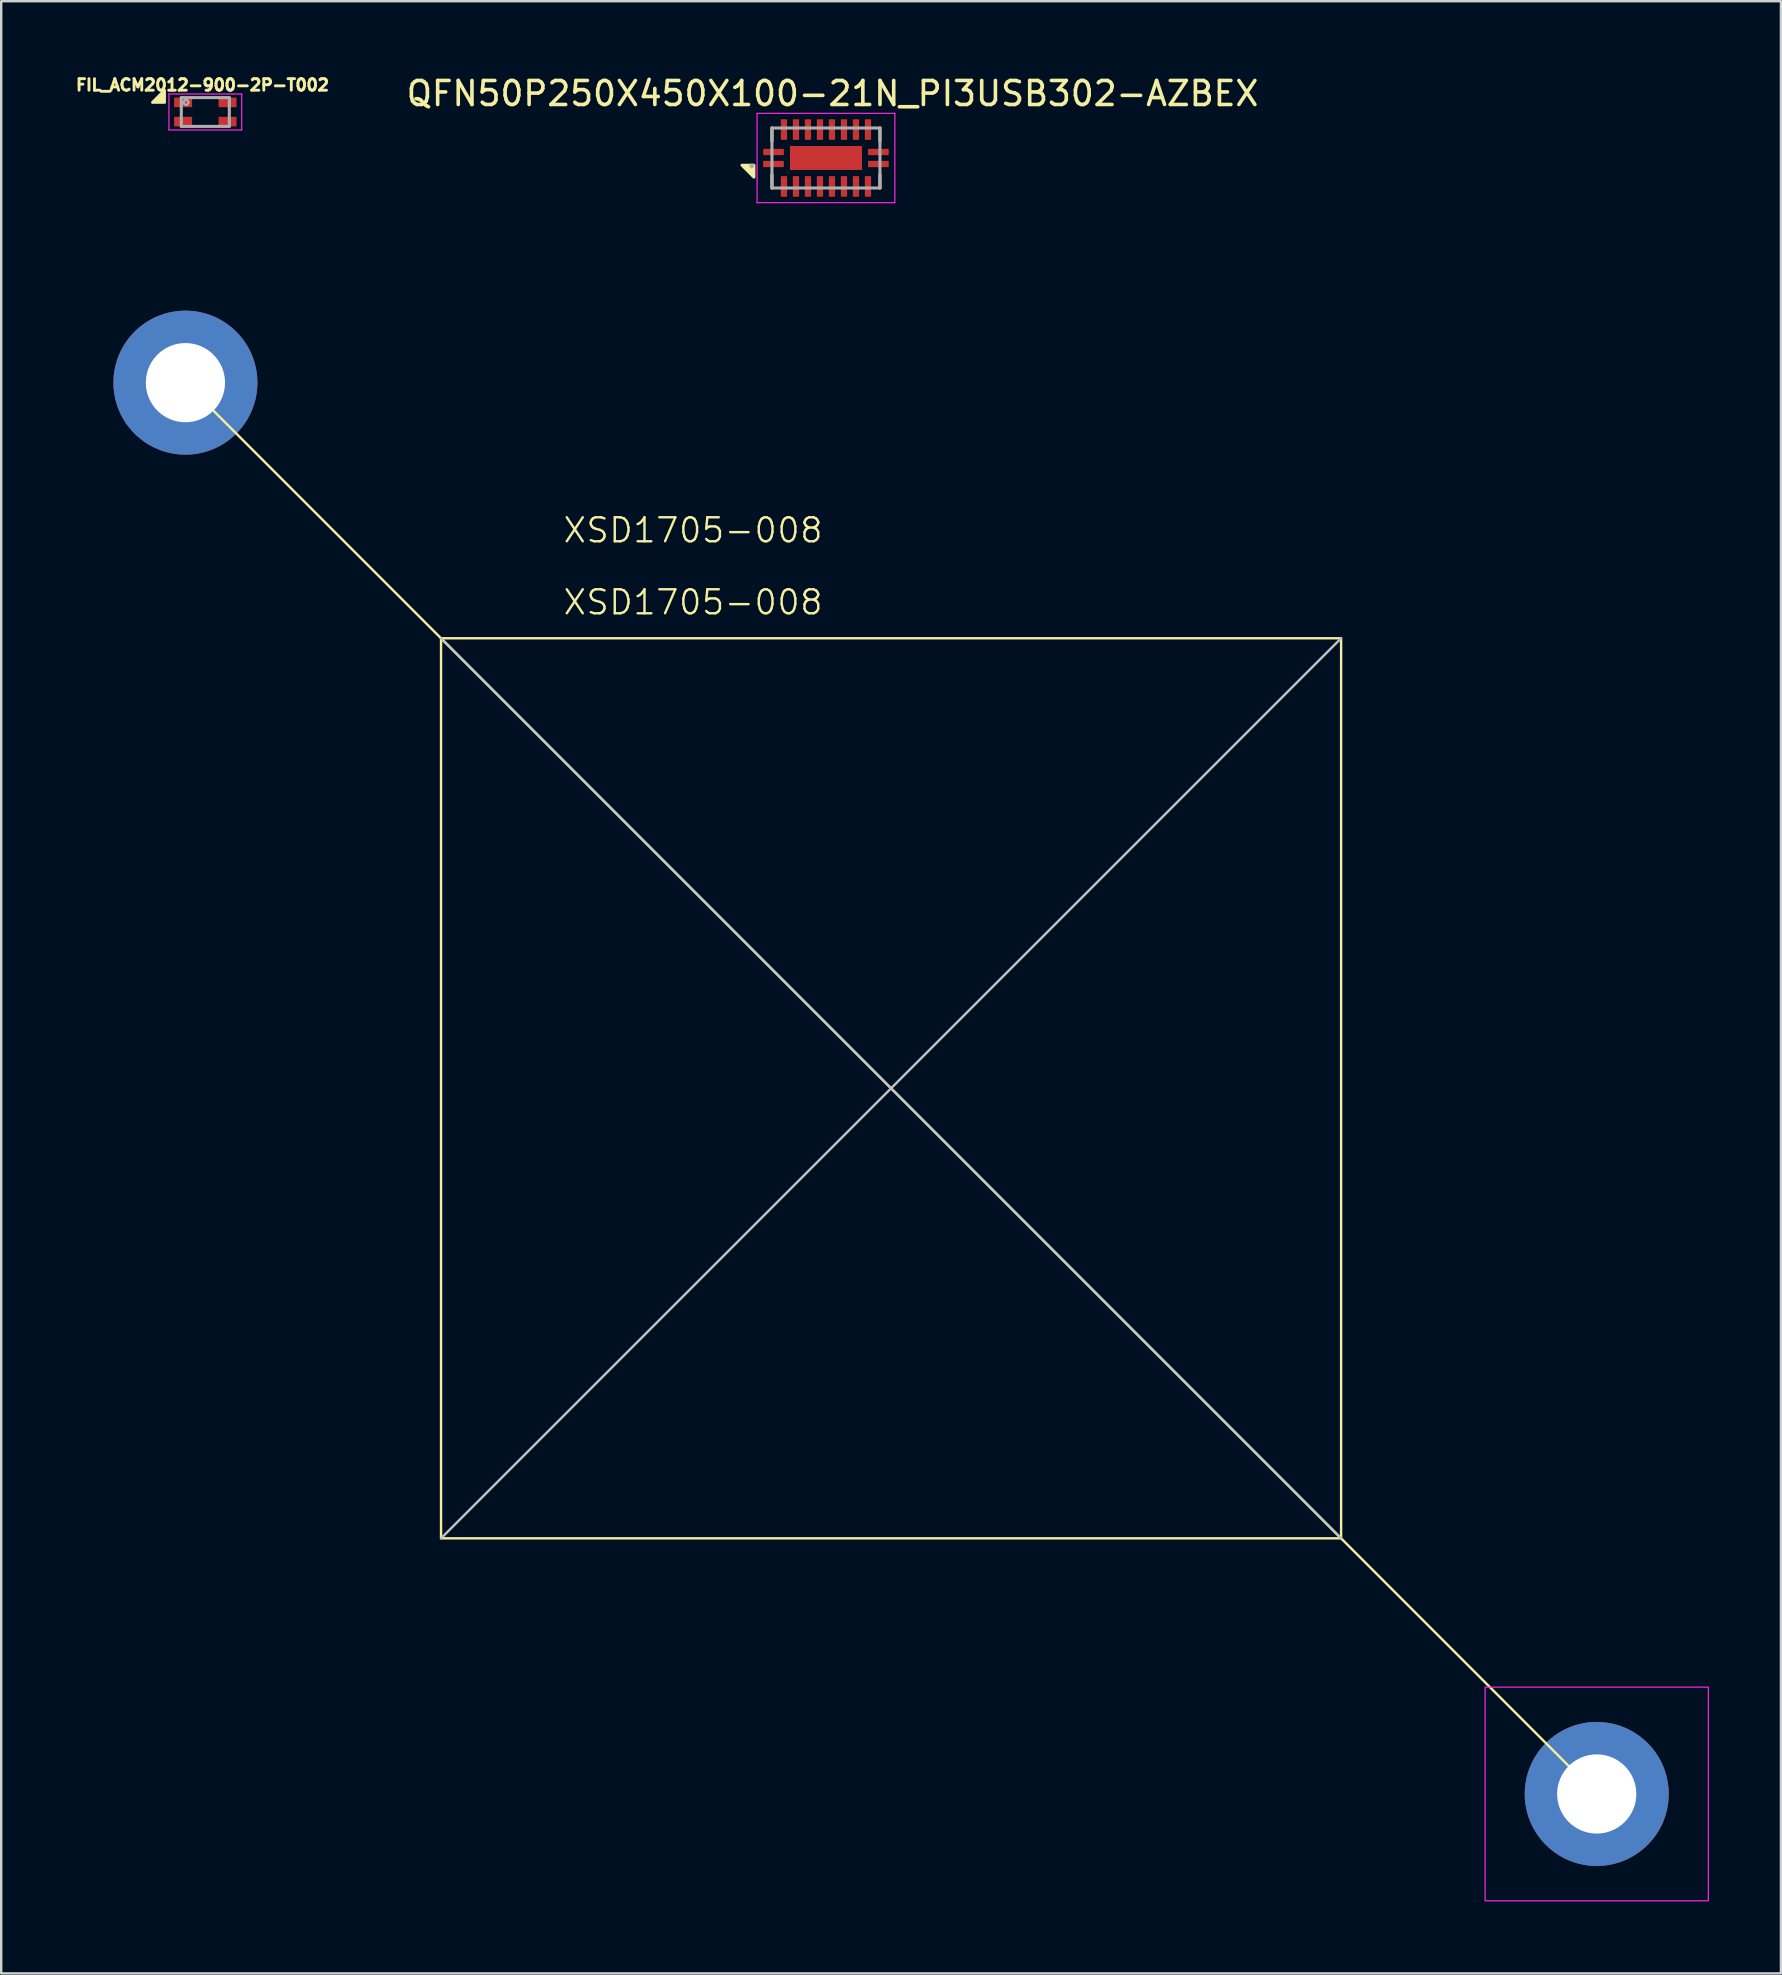
<source format=kicad_pcb>
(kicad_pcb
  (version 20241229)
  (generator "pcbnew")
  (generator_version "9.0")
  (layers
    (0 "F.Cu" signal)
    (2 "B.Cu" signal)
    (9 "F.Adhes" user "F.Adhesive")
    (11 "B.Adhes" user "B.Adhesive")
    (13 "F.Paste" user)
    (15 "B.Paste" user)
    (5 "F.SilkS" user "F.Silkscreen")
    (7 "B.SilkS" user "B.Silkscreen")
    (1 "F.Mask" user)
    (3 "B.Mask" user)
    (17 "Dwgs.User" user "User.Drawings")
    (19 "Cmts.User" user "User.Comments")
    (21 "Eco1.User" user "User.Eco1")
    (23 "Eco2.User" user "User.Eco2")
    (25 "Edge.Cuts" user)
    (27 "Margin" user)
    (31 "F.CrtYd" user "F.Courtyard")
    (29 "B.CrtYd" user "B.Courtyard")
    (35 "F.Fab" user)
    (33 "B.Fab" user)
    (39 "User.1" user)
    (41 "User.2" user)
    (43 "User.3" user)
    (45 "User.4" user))
  (footprint "XSD1705-008"
    (layer "F.Cu")
    (at 34.075 42.293)
    (property "Reference" "XSD1705-008" (at -8.25 -23.25 0) (unlocked yes) (layer "F.SilkS") (effects (font (size 1 1) (thickness 0.1))))
    (attr smd)
    (fp_line (start -29.4 -29.4) (end 29.4 29.4) (stroke (width 0.1) (type solid)) (layer "F.SilkS"))
    (fp_rect (start -18.75 -18.75) (end 18.75 18.75) (stroke (width 0.1) (type default)) (fill no) (layer "F.SilkS"))
    (fp_line (start -18.75 -18.75) (end 18.75 18.75) (stroke (width 0.1) (type default)) (layer "Dwgs.User"))
    (fp_line (start 18.75 -18.75) (end -18.75 18.75) (stroke (width 0.1) (type default)) (layer "Dwgs.User"))
    (fp_rect (start -34.05 -33.85) (end -24.75 -24.95) (stroke (width 0.05) (type solid)) (fill no) (layer "Margin"))
    (fp_rect (start 24.75 24.95) (end 34.05 33.85) (stroke (width 0.05) (type solid)) (fill no) (layer "F.CrtYd"))
    (fp_text user "${REFERENCE}" (at -8.25 -20.25 0) (unlocked yes) (layer "F.SilkS") (effects (font (size 1 1) (thickness 0.1))))
    (pad "1" thru_hole circle (at -29.4 -29.4) (size 6 6) (drill 3.3) (layers "*.Cu" "*.Mask"))
    (pad "2" thru_hole circle (at 29.4 29.4) (size 6 6) (drill 3.3) (layers "*.Cu" "*.Mask")))
  (footprint "FIL_ACM2012-900-2P-T002"
    (layer "F.Cu")
    (at 5.504 1.616)
    (property "Reference" "FIL_ACM2012-900-2P-T002" (at -0.117 -1.124 0) (layer "F.SilkS") (effects (font (size 0.481 0.481) (thickness 0.15))))
    (attr smd)
    (fp_poly (pts (xy -1.7 -0.4) (xy -2.2 -0.4) (xy -1.7 -0.9)) (stroke (width 0.12) (type solid)) (fill yes) (layer "F.SilkS"))
    (fp_line (start -1.516 -0.75) (end 1.516 -0.75) (stroke (width 0.05) (type solid)) (layer "F.CrtYd"))
    (fp_line (start -1.516 0.75) (end -1.516 -0.75) (stroke (width 0.05) (type solid)) (layer "F.CrtYd"))
    (fp_line (start 1.516 -0.75) (end 1.516 0.75) (stroke (width 0.05) (type solid)) (layer "F.CrtYd"))
    (fp_line (start 1.516 0.75) (end -1.516 0.75) (stroke (width 0.05) (type solid)) (layer "F.CrtYd"))
    (fp_line (start -1 -0.6) (end 1 -0.6) (stroke (width 0.127) (type solid)) (layer "F.Fab"))
    (fp_line (start -1 0.6) (end -1 -0.6) (stroke (width 0.127) (type solid)) (layer "F.Fab"))
    (fp_line (start 1 -0.6) (end 1 0.6) (stroke (width 0.127) (type solid)) (layer "F.Fab"))
    (fp_line (start 1 0.6) (end -1 0.6) (stroke (width 0.127) (type solid)) (layer "F.Fab"))
    (fp_circle (center -0.8 -0.4) (end -0.7 -0.4) (stroke (width 0.1) (type solid)) (fill no) (layer "F.Fab"))
    (pad "1" smd rect (at -0.925 -0.4) (size 0.75 0.4) (layers "F.Cu" "F.Mask" "F.Paste"))
    (pad "2" smd rect (at -0.925 0.4) (size 0.75 0.4) (layers "F.Cu" "F.Mask" "F.Paste"))
    (pad "3" smd rect (at 0.925 0.4) (size 0.75 0.4) (layers "F.Cu" "F.Mask" "F.Paste"))
    (pad "4" smd rect (at 0.925 -0.4) (size 0.75 0.4) (layers "F.Cu" "F.Mask" "F.Paste")))
  (footprint "QFN50P250X450X100-21N_PI3USB302-AZBEX"
    (layer "F.Cu")
    (at 31.362 3.533)
    (property "Reference" "QFN50P250X450X100-21N_PI3USB302-AZBEX" (at 0.275 -2.685 0) (layer "F.SilkS") (effects (font (size 1 1) (thickness 0.15))))
    (attr smd)
    (fp_line (start -2.25 -1.25) (end -2.25 -0.7) (stroke (width 0.127) (type solid)) (layer "F.SilkS"))
    (fp_line (start -2.25 1.25) (end -2.25 0.7) (stroke (width 0.127) (type solid)) (layer "F.SilkS"))
    (fp_line (start 2.25 -0.7) (end 2.25 -1.25) (stroke (width 0.127) (type solid)) (layer "F.SilkS"))
    (fp_line (start 2.25 1.25) (end 2.25 0.7) (stroke (width 0.127) (type solid)) (layer "F.SilkS"))
    (fp_poly (pts (xy -3 0.3) (xy -3 0.8) (xy -3.5 0.3)) (stroke (width 0.12) (type solid)) (fill yes) (layer "F.SilkS"))
    (fp_poly (pts (xy -1.36 -0.29) (xy -0.07 -0.29) (xy -0.07 0.29) (xy -1.36 0.29)) (stroke (width 0.01) (type solid)) (fill yes) (layer "F.Paste"))
    (fp_poly (pts (xy 0.07 -0.29) (xy 1.36 -0.29) (xy 1.36 0.29) (xy 0.07 0.29)) (stroke (width 0.01) (type solid)) (fill yes) (layer "F.Paste"))
    (fp_line (start -2.87 -1.86) (end 2.87 -1.86) (stroke (width 0.05) (type solid)) (layer "F.CrtYd"))
    (fp_line (start -2.87 1.86) (end -2.87 -1.86) (stroke (width 0.05) (type solid)) (layer "F.CrtYd"))
    (fp_line (start 2.87 -1.86) (end 2.87 1.86) (stroke (width 0.05) (type solid)) (layer "F.CrtYd"))
    (fp_line (start 2.87 1.86) (end -2.87 1.86) (stroke (width 0.05) (type solid)) (layer "F.CrtYd"))
    (fp_line (start -2.25 -1.25) (end 2.25 -1.25) (stroke (width 0.127) (type solid)) (layer "F.Fab"))
    (fp_line (start -2.25 1.25) (end -2.25 -1.25) (stroke (width 0.127) (type solid)) (layer "F.Fab"))
    (fp_line (start 2.25 -1.25) (end 2.25 1.25) (stroke (width 0.127) (type solid)) (layer "F.Fab"))
    (fp_line (start 2.25 1.25) (end -2.25 1.25) (stroke (width 0.127) (type solid)) (layer "F.Fab"))
    (fp_circle (center -3.09 0.33) (end -3.04 0.33) (stroke (width 0.1) (type solid)) (fill no) (layer "F.Fab"))
    (pad "1" smd roundrect (at -2.185 0.25) (size 0.86 0.26) (layers "F.Cu" "F.Mask" "F.Paste") (roundrect_rratio 0.065))
    (pad "2" smd roundrect (at -1.75 1.185) (size 0.26 0.86) (layers "F.Cu" "F.Mask" "F.Paste") (roundrect_rratio 0.065))
    (pad "3" smd roundrect (at -1.25 1.185) (size 0.26 0.86) (layers "F.Cu" "F.Mask" "F.Paste") (roundrect_rratio 0.065))
    (pad "4" smd roundrect (at -0.75 1.185) (size 0.26 0.86) (layers "F.Cu" "F.Mask" "F.Paste") (roundrect_rratio 0.065))
    (pad "5" smd roundrect (at -0.25 1.185) (size 0.26 0.86) (layers "F.Cu" "F.Mask" "F.Paste") (roundrect_rratio 0.065))
    (pad "6" smd roundrect (at 0.25 1.185) (size 0.26 0.86) (layers "F.Cu" "F.Mask" "F.Paste") (roundrect_rratio 0.065))
    (pad "7" smd roundrect (at 0.75 1.185) (size 0.26 0.86) (layers "F.Cu" "F.Mask" "F.Paste") (roundrect_rratio 0.065))
    (pad "8" smd roundrect (at 1.25 1.185) (size 0.26 0.86) (layers "F.Cu" "F.Mask" "F.Paste") (roundrect_rratio 0.065))
    (pad "9" smd roundrect (at 1.75 1.185) (size 0.26 0.86) (layers "F.Cu" "F.Mask" "F.Paste") (roundrect_rratio 0.065))
    (pad "10" smd roundrect (at 2.185 0.25) (size 0.86 0.26) (layers "F.Cu" "F.Mask" "F.Paste") (roundrect_rratio 0.065))
    (pad "11" smd roundrect (at 2.185 -0.25) (size 0.86 0.26) (layers "F.Cu" "F.Mask" "F.Paste") (roundrect_rratio 0.065))
    (pad "12" smd roundrect (at 1.75 -1.185) (size 0.26 0.86) (layers "F.Cu" "F.Mask" "F.Paste") (roundrect_rratio 0.065))
    (pad "13" smd roundrect (at 1.25 -1.185) (size 0.26 0.86) (layers "F.Cu" "F.Mask" "F.Paste") (roundrect_rratio 0.065))
    (pad "14" smd roundrect (at 0.75 -1.185) (size 0.26 0.86) (layers "F.Cu" "F.Mask" "F.Paste") (roundrect_rratio 0.065))
    (pad "15" smd roundrect (at 0.25 -1.185) (size 0.26 0.86) (layers "F.Cu" "F.Mask" "F.Paste") (roundrect_rratio 0.065))
    (pad "16" smd roundrect (at -0.25 -1.185) (size 0.26 0.86) (layers "F.Cu" "F.Mask" "F.Paste") (roundrect_rratio 0.065))
    (pad "17" smd roundrect (at -0.75 -1.185) (size 0.26 0.86) (layers "F.Cu" "F.Mask" "F.Paste") (roundrect_rratio 0.065))
    (pad "18" smd roundrect (at -1.25 -1.185) (size 0.26 0.86) (layers "F.Cu" "F.Mask" "F.Paste") (roundrect_rratio 0.065))
    (pad "19" smd roundrect (at -1.75 -1.185) (size 0.26 0.86) (layers "F.Cu" "F.Mask" "F.Paste") (roundrect_rratio 0.065))
    (pad "20" smd roundrect (at -2.185 -0.25) (size 0.86 0.26) (layers "F.Cu" "F.Mask" "F.Paste") (roundrect_rratio 0.065))
    (pad "21" smd rect (at 0 0) (size 3 1) (layers "F.Cu" "F.Mask")))
  (gr_rect
    (start -3 -3)
    (end 71.15 79.168)
    (stroke (width 0.1) (type default))
    (fill no)
    (layer "Edge.Cuts")))
</source>
